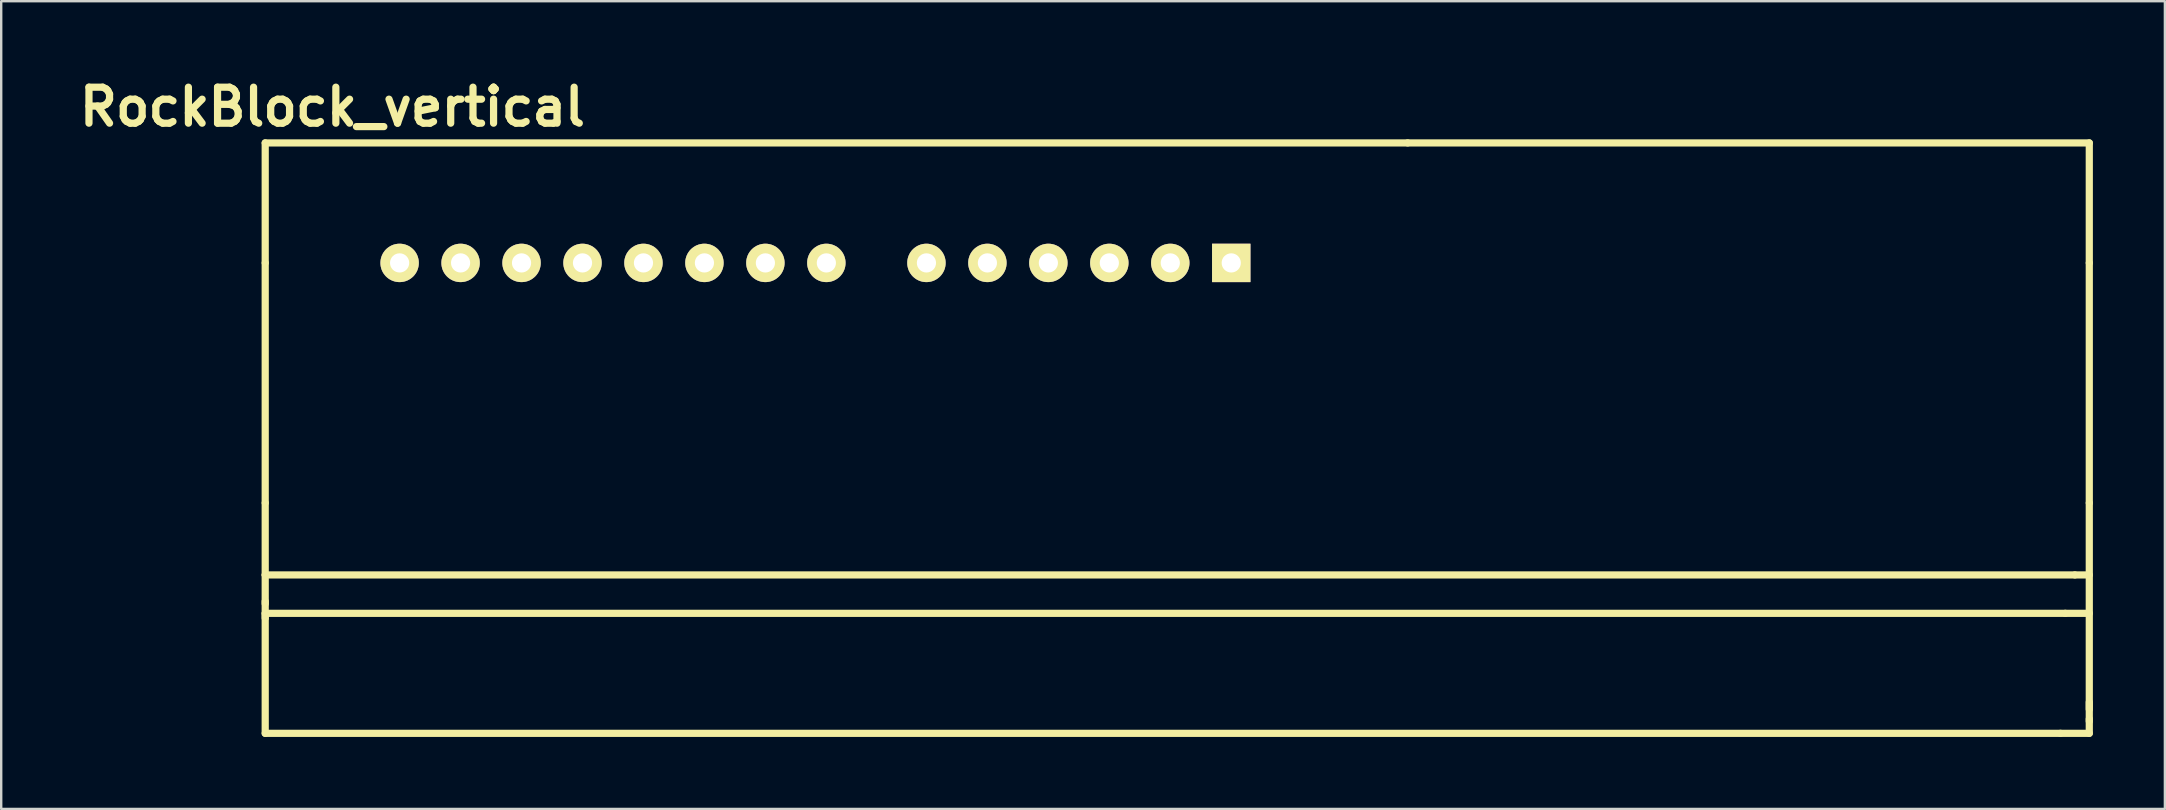
<source format=kicad_pcb>
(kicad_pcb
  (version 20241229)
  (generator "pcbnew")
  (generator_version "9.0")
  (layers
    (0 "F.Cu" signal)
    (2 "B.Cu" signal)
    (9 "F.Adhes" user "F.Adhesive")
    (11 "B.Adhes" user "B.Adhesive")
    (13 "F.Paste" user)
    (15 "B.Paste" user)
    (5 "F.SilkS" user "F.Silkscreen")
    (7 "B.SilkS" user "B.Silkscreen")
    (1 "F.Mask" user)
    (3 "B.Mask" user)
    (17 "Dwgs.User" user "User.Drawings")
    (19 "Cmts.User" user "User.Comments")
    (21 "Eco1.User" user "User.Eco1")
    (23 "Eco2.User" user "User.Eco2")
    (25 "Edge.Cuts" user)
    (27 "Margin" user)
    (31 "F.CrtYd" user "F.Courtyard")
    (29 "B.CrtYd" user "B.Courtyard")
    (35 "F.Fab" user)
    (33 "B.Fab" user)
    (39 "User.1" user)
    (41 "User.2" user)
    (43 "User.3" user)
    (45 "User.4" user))
  (footprint "RockBlock_vertical"
    (layer "F.Cu")
    (at 8 7.904)
    (property "Reference" "RockBlock_vertical" (at 2.8 -6.5 0) (layer "F.SilkS") (effects (font (size 1.5 1.5) (thickness 0.3))))
    (attr through_hole)
    (fp_line (start 0 -5) (end 0 0) (stroke (width 0.3) (type solid)) (layer "F.SilkS"))
    (fp_line (start 0 -5) (end 47.6 -5) (stroke (width 0.3) (type solid)) (layer "F.SilkS"))
    (fp_line (start 0 0) (end 0 10) (stroke (width 0.3) (type solid)) (layer "F.SilkS"))
    (fp_line (start 0 10) (end 0 13) (stroke (width 0.3) (type solid)) (layer "F.SilkS"))
    (fp_line (start 0 13) (end 0 14.2) (stroke (width 0.3) (type solid)) (layer "F.SilkS"))
    (fp_line (start 0 13) (end 75.4 13) (stroke (width 0.3) (type solid)) (layer "F.SilkS"))
    (fp_line (start 0 14.1) (end 0 14.8) (stroke (width 0.3) (type solid)) (layer "F.SilkS"))
    (fp_line (start 0 14.6) (end 0 19.6) (stroke (width 0.3) (type solid)) (layer "F.SilkS"))
    (fp_line (start 0 14.6) (end 75 14.6) (stroke (width 0.3) (type solid)) (layer "F.SilkS"))
    (fp_line (start 0 19.6) (end 74.8 19.6) (stroke (width 0.3) (type solid)) (layer "F.SilkS"))
    (fp_line (start 47.6 -5) (end 76 -5) (stroke (width 0.3) (type solid)) (layer "F.SilkS"))
    (fp_line (start 74.8 19.6) (end 76 19.6) (stroke (width 0.3) (type solid)) (layer "F.SilkS"))
    (fp_line (start 75 14.6) (end 76 14.6) (stroke (width 0.3) (type solid)) (layer "F.SilkS"))
    (fp_line (start 75.4 13) (end 76 13) (stroke (width 0.3) (type solid)) (layer "F.SilkS"))
    (fp_line (start 76 -5) (end 76 0) (stroke (width 0.3) (type solid)) (layer "F.SilkS"))
    (fp_line (start 76 10) (end 76 0) (stroke (width 0.3) (type solid)) (layer "F.SilkS"))
    (fp_line (start 76 10) (end 76 18.6) (stroke (width 0.3) (type solid)) (layer "F.SilkS"))
    (fp_line (start 76 19.1) (end 76 18.3) (stroke (width 0.3) (type solid)) (layer "F.SilkS"))
    (fp_line (start 76 19.6) (end 76 19) (stroke (width 0.3) (type solid)) (layer "F.SilkS"))
    (pad "1" thru_hole rect (at 40.25 0) (size 1.6 1.6) (drill 0.8) (layers "*.Cu" "*.Mask" "F.SilkS"))
    (pad "2" thru_hole circle (at 37.71 0) (size 1.6 1.6) (drill 0.8) (layers "*.Cu" "*.Mask" "F.SilkS"))
    (pad "3" thru_hole circle (at 35.17 0) (size 1.6 1.6) (drill 0.8) (layers "*.Cu" "*.Mask" "F.SilkS"))
    (pad "4" thru_hole circle (at 32.63 0) (size 1.6 1.6) (drill 0.8) (layers "*.Cu" "*.Mask" "F.SilkS"))
    (pad "5" thru_hole circle (at 30.09 0) (size 1.6 1.6) (drill 0.8) (layers "*.Cu" "*.Mask" "F.SilkS"))
    (pad "6" thru_hole circle (at 27.55 0) (size 1.6 1.6) (drill 0.8) (layers "*.Cu" "*.Mask" "F.SilkS"))
    (pad "7" thru_hole circle (at 23.38 0) (size 1.6 1.6) (drill 0.8) (layers "*.Cu" "*.Mask" "F.SilkS"))
    (pad "8" thru_hole circle (at 20.84 0) (size 1.6 1.6) (drill 0.8) (layers "*.Cu" "*.Mask" "F.SilkS"))
    (pad "9" thru_hole circle (at 18.3 0) (size 1.6 1.6) (drill 0.8) (layers "*.Cu" "*.Mask" "F.SilkS"))
    (pad "10" thru_hole circle (at 15.76 0) (size 1.6 1.6) (drill 0.8) (layers "*.Cu" "*.Mask" "F.SilkS"))
    (pad "11" thru_hole circle (at 13.22 0) (size 1.6 1.6) (drill 0.8) (layers "*.Cu" "*.Mask" "F.SilkS"))
    (pad "12" thru_hole circle (at 10.68 0) (size 1.6 1.6) (drill 0.8) (layers "*.Cu" "*.Mask" "F.SilkS"))
    (pad "13" thru_hole circle (at 8.14 0) (size 1.6 1.6) (drill 0.8) (layers "*.Cu" "*.Mask" "F.SilkS"))
    (pad "14" thru_hole circle (at 5.6 0) (size 1.6 1.6) (drill 0.8) (layers "*.Cu" "*.Mask" "F.SilkS")))
  (gr_rect
    (start -3 -3)
    (end 87.15 30.654)
    (stroke (width 0.1) (type default))
    (fill no)
    (layer "Edge.Cuts")))
</source>
